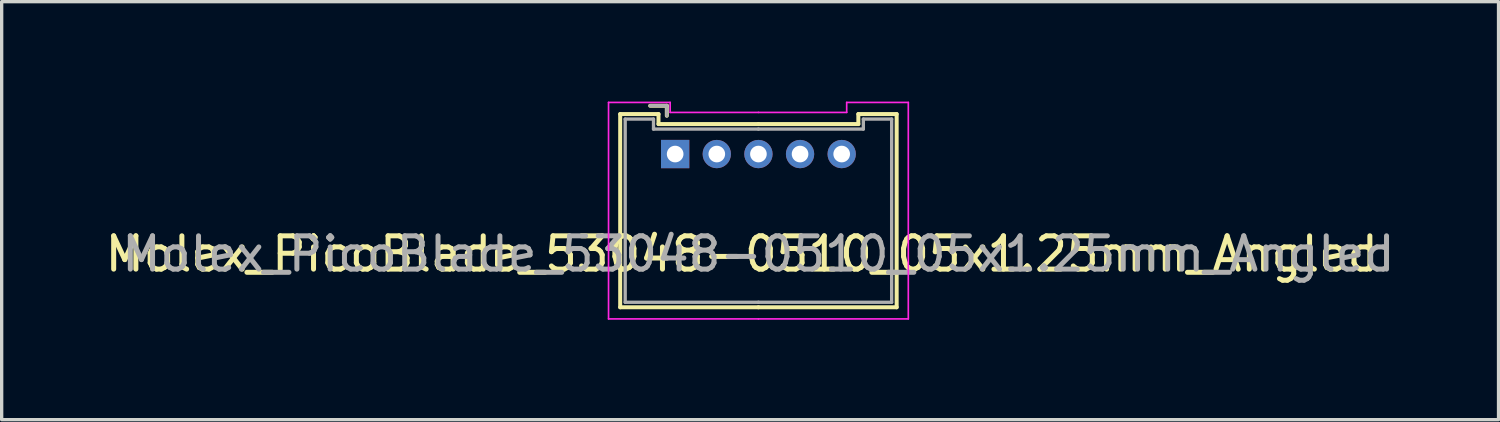
<source format=kicad_pcb>
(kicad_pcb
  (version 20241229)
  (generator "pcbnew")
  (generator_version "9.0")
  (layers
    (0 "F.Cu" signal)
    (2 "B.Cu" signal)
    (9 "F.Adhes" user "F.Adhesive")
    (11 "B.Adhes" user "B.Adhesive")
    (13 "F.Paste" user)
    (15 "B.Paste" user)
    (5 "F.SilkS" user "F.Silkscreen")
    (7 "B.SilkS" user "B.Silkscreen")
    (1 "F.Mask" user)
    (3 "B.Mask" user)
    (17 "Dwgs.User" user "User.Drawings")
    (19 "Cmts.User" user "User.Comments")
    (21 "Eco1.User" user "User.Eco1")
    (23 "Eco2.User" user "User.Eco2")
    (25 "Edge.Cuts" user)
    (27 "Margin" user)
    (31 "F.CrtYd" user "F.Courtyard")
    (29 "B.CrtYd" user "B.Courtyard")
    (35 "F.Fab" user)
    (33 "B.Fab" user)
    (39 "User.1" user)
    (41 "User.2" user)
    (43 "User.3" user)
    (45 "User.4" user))
  (footprint "Molex_PicoBlade_53048-0510_05x1.25mm_Angled"
    (layer "F.Cu")
    (at 17.22 1.575)
    (property "Reference" "Molex_PicoBlade_53048-0510_05x1.25mm_Angled" (at 2 3 0) (layer "F.SilkS") (effects (font (size 1 1) (thickness 0.15))))
    (attr through_hole)
    (fp_line (start -1.65 -1.2) (end -1.65 4.6) (stroke (width 0.12) (type solid)) (layer "F.SilkS"))
    (fp_line (start -1.65 4.6) (end 2.5 4.6) (stroke (width 0.12) (type solid)) (layer "F.SilkS"))
    (fp_line (start -0.5 -1.2) (end -1.65 -1.2) (stroke (width 0.12) (type solid)) (layer "F.SilkS"))
    (fp_line (start -0.5 -0.9) (end -0.5 -1.2) (stroke (width 0.12) (type solid)) (layer "F.SilkS"))
    (fp_line (start -0.25 -1.45) (end -0.75 -1.45) (stroke (width 0.12) (type solid)) (layer "F.SilkS"))
    (fp_line (start -0.25 -1.15) (end -0.25 -1.45) (stroke (width 0.12) (type solid)) (layer "F.SilkS"))
    (fp_line (start 2.5 -0.9) (end -0.5 -0.9) (stroke (width 0.12) (type solid)) (layer "F.SilkS"))
    (fp_line (start 2.5 -0.9) (end 5.5 -0.9) (stroke (width 0.12) (type solid)) (layer "F.SilkS"))
    (fp_line (start 5.5 -1.2) (end 6.65 -1.2) (stroke (width 0.12) (type solid)) (layer "F.SilkS"))
    (fp_line (start 5.5 -0.9) (end 5.5 -1.2) (stroke (width 0.12) (type solid)) (layer "F.SilkS"))
    (fp_line (start 6.65 -1.2) (end 6.65 4.6) (stroke (width 0.12) (type solid)) (layer "F.SilkS"))
    (fp_line (start 6.65 4.6) (end 2.5 4.6) (stroke (width 0.12) (type solid)) (layer "F.SilkS"))
    (fp_line (start -2 -1.55) (end -2 4.95) (stroke (width 0.05) (type solid)) (layer "F.CrtYd"))
    (fp_line (start -2 4.95) (end 2.5 4.95) (stroke (width 0.05) (type solid)) (layer "F.CrtYd"))
    (fp_line (start -0.15 -1.55) (end -2 -1.55) (stroke (width 0.05) (type solid)) (layer "F.CrtYd"))
    (fp_line (start -0.15 -1.25) (end -0.15 -1.55) (stroke (width 0.05) (type solid)) (layer "F.CrtYd"))
    (fp_line (start 2.5 -1.25) (end -0.15 -1.25) (stroke (width 0.05) (type solid)) (layer "F.CrtYd"))
    (fp_line (start 2.5 -1.25) (end 5.15 -1.25) (stroke (width 0.05) (type solid)) (layer "F.CrtYd"))
    (fp_line (start 5.15 -1.55) (end 7 -1.55) (stroke (width 0.05) (type solid)) (layer "F.CrtYd"))
    (fp_line (start 5.15 -1.25) (end 5.15 -1.55) (stroke (width 0.05) (type solid)) (layer "F.CrtYd"))
    (fp_line (start 7 -1.55) (end 7 4.95) (stroke (width 0.05) (type solid)) (layer "F.CrtYd"))
    (fp_line (start 7 4.95) (end 2.5 4.95) (stroke (width 0.05) (type solid)) (layer "F.CrtYd"))
    (fp_line (start -1.5 -1.05) (end -1.5 4.45) (stroke (width 0.1) (type solid)) (layer "F.Fab"))
    (fp_line (start -1.5 4.45) (end 2.5 4.45) (stroke (width 0.1) (type solid)) (layer "F.Fab"))
    (fp_line (start -0.65 -1.05) (end -1.5 -1.05) (stroke (width 0.1) (type solid)) (layer "F.Fab"))
    (fp_line (start -0.65 -0.75) (end -0.65 -1.05) (stroke (width 0.1) (type solid)) (layer "F.Fab"))
    (fp_line (start -0.25 -1.45) (end -0.75 -1.45) (stroke (width 0.1) (type solid)) (layer "F.Fab"))
    (fp_line (start -0.25 -1.15) (end -0.25 -1.45) (stroke (width 0.1) (type solid)) (layer "F.Fab"))
    (fp_line (start 2.5 -0.75) (end -0.65 -0.75) (stroke (width 0.1) (type solid)) (layer "F.Fab"))
    (fp_line (start 2.5 -0.75) (end 5.65 -0.75) (stroke (width 0.1) (type solid)) (layer "F.Fab"))
    (fp_line (start 5.65 -1.05) (end 6.5 -1.05) (stroke (width 0.1) (type solid)) (layer "F.Fab"))
    (fp_line (start 5.65 -0.75) (end 5.65 -1.05) (stroke (width 0.1) (type solid)) (layer "F.Fab"))
    (fp_line (start 6.5 -1.05) (end 6.5 4.45) (stroke (width 0.1) (type solid)) (layer "F.Fab"))
    (fp_line (start 6.5 4.45) (end 2.5 4.45) (stroke (width 0.1) (type solid)) (layer "F.Fab"))
    (fp_text user "${REFERENCE}" (at 2.5 3 0) (layer "F.Fab") (effects (font (size 1 1) (thickness 0.15))))
    (pad "1" thru_hole rect (at 0 0) (size 0.85 0.85) (drill 0.5) (layers "*.Cu" "*.Mask"))
    (pad "2" thru_hole circle (at 1.25 0) (size 0.85 0.85) (drill 0.5) (layers "*.Cu" "*.Mask"))
    (pad "3" thru_hole circle (at 2.5 0) (size 0.85 0.85) (drill 0.5) (layers "*.Cu" "*.Mask"))
    (pad "4" thru_hole circle (at 3.75 0) (size 0.85 0.85) (drill 0.5) (layers "*.Cu" "*.Mask"))
    (pad "5" thru_hole circle (at 5 0) (size 0.85 0.85) (drill 0.5) (layers "*.Cu" "*.Mask")))
  (gr_rect
    (start -3 -3)
    (end 41.94 9.55)
    (stroke (width 0.1) (type default))
    (fill no)
    (layer "Edge.Cuts")))
</source>
